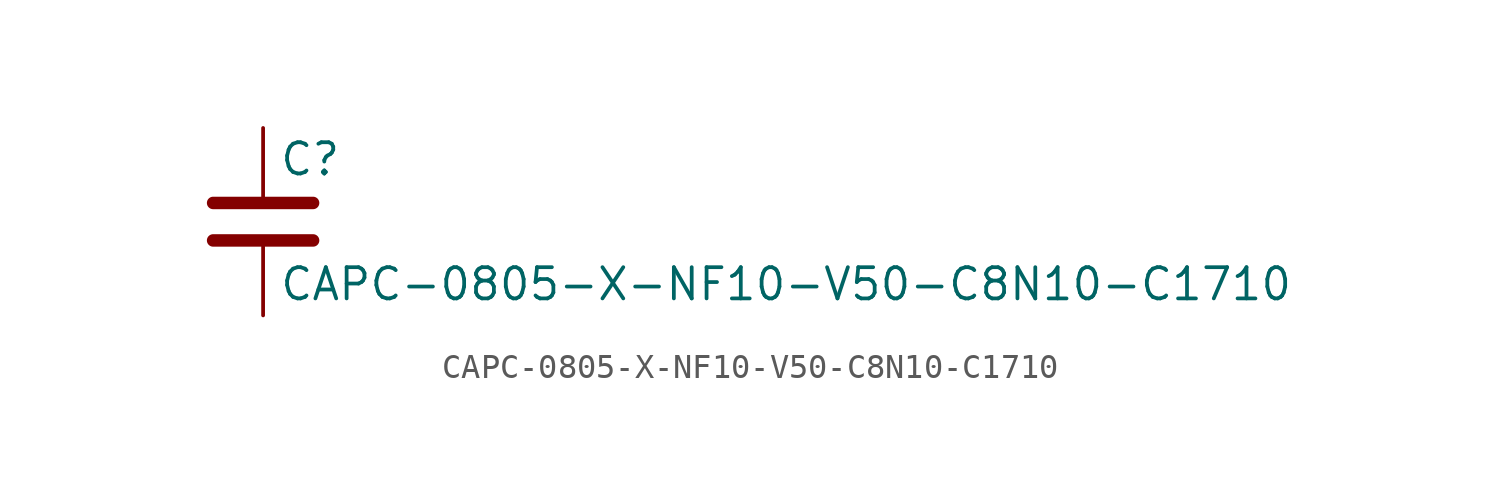
<source format=kicad_sym>
(kicad_symbol_lib
  (version 20211014)
  (generator kicad_symbol_editor)
  (symbol "CAPC-0805-X-NF10-V50-C8N10-C1710"
    (pin_numbers hide)
    (pin_names
      (offset 0.254))
    (property "Reference" "C"
      (at 0.635 2.54 0)
      (effects (font (size 1.27 1.27)) (justify left)))
    (property "Value" "CAPC-0805-X-NF10-V50-C8N10-C1710"
      (at 0.635 -2.54 0)
      (effects (font (size 1.27 1.27)) (justify left)))
    (symbol "CAPC-0805-X-NF10-V50-C8N10-C1710_0_1"
      (polyline (pts (xy -2.032 -0.762) (xy 2.032 -0.762)) (stroke (width 0.508) (type default) (color 0 0 0 0)) (fill (type none)))
      (polyline (pts (xy -2.032 0.762) (xy 2.032 0.762)) (stroke (width 0.508) (type default) (color 0 0 0 0)) (fill (type none))))
    (symbol "CAPC-0805-X-NF10-V50-C8N10-C1710_1_1"
      (pin passive line (at 0 3.81 270) (length 2.794) (name "~" (effects (font (size 1.27 1.27)))) (number "1" (effects (font (size 1.27 1.27)))))
      (pin passive line (at 0 -3.81 90) (length 2.794) (name "~" (effects (font (size 1.27 1.27)))) (number "2" (effects (font (size 1.27 1.27))))))))
</source>
